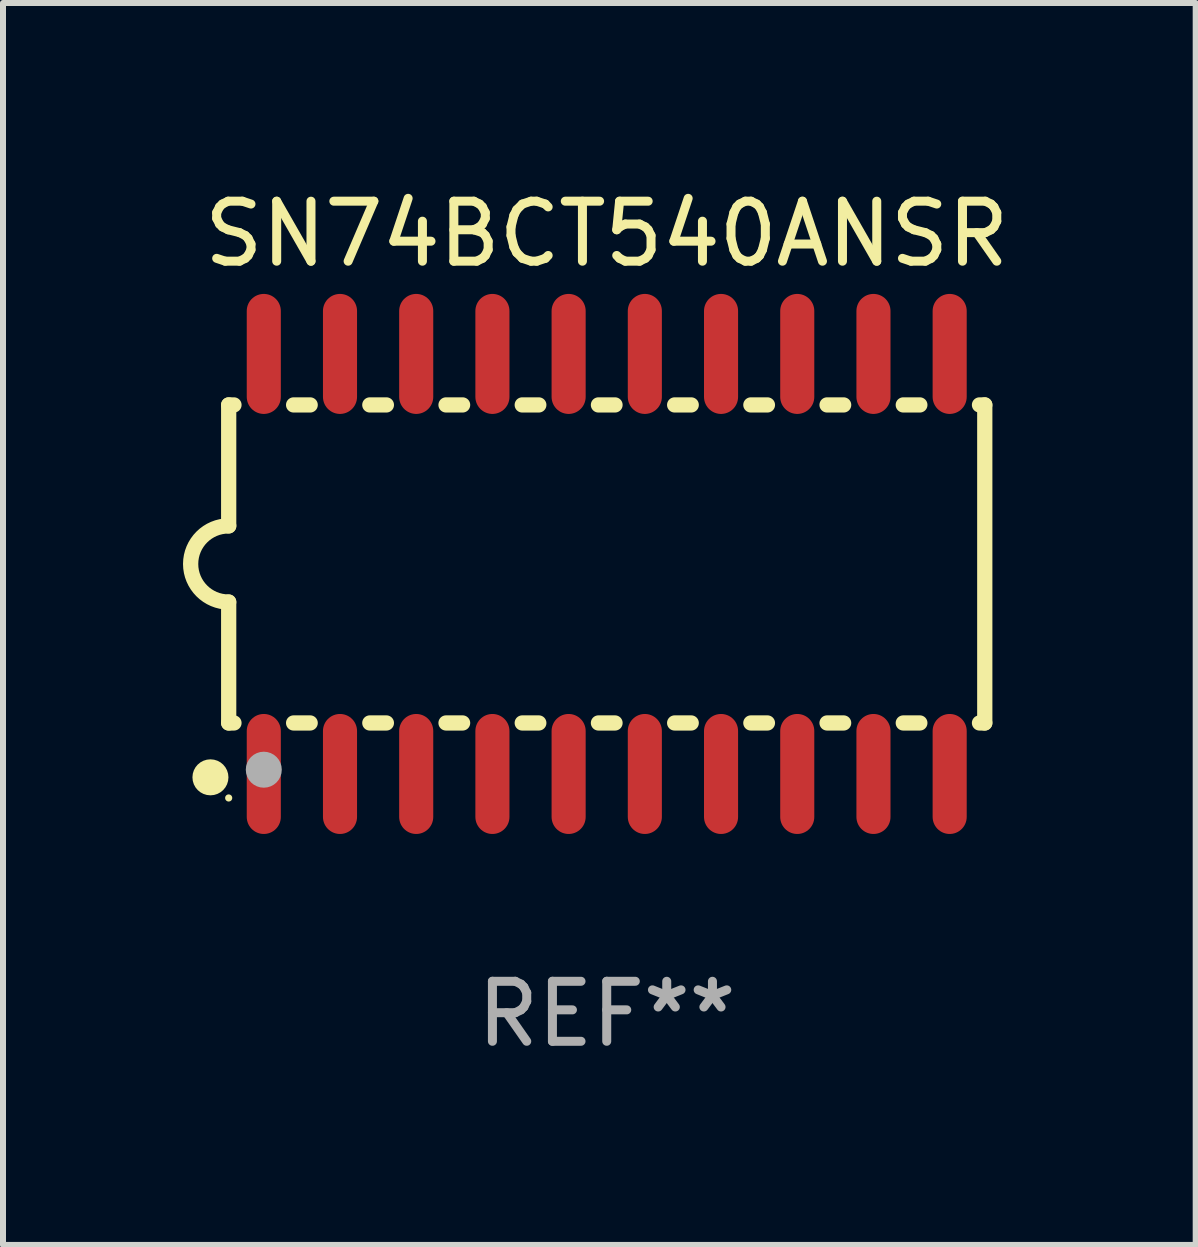
<source format=kicad_pcb>
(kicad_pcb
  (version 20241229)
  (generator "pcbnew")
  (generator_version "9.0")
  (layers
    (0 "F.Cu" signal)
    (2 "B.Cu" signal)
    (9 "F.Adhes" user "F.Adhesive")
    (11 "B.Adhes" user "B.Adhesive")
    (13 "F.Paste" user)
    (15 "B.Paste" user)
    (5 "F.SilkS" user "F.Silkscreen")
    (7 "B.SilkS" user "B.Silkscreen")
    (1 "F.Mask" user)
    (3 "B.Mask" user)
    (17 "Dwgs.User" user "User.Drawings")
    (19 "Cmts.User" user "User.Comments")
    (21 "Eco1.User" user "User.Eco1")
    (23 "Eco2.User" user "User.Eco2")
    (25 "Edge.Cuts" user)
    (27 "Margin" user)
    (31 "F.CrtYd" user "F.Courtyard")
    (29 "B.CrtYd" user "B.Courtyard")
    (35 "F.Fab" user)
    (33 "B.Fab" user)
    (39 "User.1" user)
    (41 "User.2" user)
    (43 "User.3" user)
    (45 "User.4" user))
  (footprint "SN74BCT540ANSR"
    (layer "F.Cu")
    (at 7.061 6.348)
    (property "Reference" "SN74BCT540ANSR" (at 0 -5.5 0) (layer "F.SilkS") (effects (font (size 1 1) (thickness 0.15))))
    (attr through_hole)
    (fp_line (start -6.3 -2.65) (end -6.3 -0.635) (stroke (width 0.254) (type solid)) (layer "F.SilkS"))
    (fp_line (start -6.3 -2.65) (end -6.212 -2.65) (stroke (width 0.254) (type solid)) (layer "F.SilkS"))
    (fp_line (start -6.3 2.65) (end -6.3 0.635) (stroke (width 0.254) (type solid)) (layer "F.SilkS"))
    (fp_line (start -6.3 2.65) (end -6.212 2.65) (stroke (width 0.254) (type solid)) (layer "F.SilkS"))
    (fp_line (start -5.218 -2.65) (end -4.942 -2.65) (stroke (width 0.254) (type solid)) (layer "F.SilkS"))
    (fp_line (start -5.218 2.65) (end -4.942 2.65) (stroke (width 0.254) (type solid)) (layer "F.SilkS"))
    (fp_line (start -3.948 -2.65) (end -3.672 -2.65) (stroke (width 0.254) (type solid)) (layer "F.SilkS"))
    (fp_line (start -3.948 2.65) (end -3.672 2.65) (stroke (width 0.254) (type solid)) (layer "F.SilkS"))
    (fp_line (start -2.678 -2.65) (end -2.402 -2.65) (stroke (width 0.254) (type solid)) (layer "F.SilkS"))
    (fp_line (start -2.678 2.65) (end -2.402 2.65) (stroke (width 0.254) (type solid)) (layer "F.SilkS"))
    (fp_line (start -1.408 -2.65) (end -1.132 -2.65) (stroke (width 0.254) (type solid)) (layer "F.SilkS"))
    (fp_line (start -1.408 2.65) (end -1.132 2.65) (stroke (width 0.254) (type solid)) (layer "F.SilkS"))
    (fp_line (start -0.138 -2.65) (end 0.138 -2.65) (stroke (width 0.254) (type solid)) (layer "F.SilkS"))
    (fp_line (start -0.138 2.65) (end 0.138 2.65) (stroke (width 0.254) (type solid)) (layer "F.SilkS"))
    (fp_line (start 1.132 -2.65) (end 1.408 -2.65) (stroke (width 0.254) (type solid)) (layer "F.SilkS"))
    (fp_line (start 1.132 2.65) (end 1.408 2.65) (stroke (width 0.254) (type solid)) (layer "F.SilkS"))
    (fp_line (start 2.402 -2.65) (end 2.678 -2.65) (stroke (width 0.254) (type solid)) (layer "F.SilkS"))
    (fp_line (start 2.402 2.65) (end 2.678 2.65) (stroke (width 0.254) (type solid)) (layer "F.SilkS"))
    (fp_line (start 3.672 -2.65) (end 3.948 -2.65) (stroke (width 0.254) (type solid)) (layer "F.SilkS"))
    (fp_line (start 3.672 2.65) (end 3.948 2.65) (stroke (width 0.254) (type solid)) (layer "F.SilkS"))
    (fp_line (start 4.942 -2.65) (end 5.218 -2.65) (stroke (width 0.254) (type solid)) (layer "F.SilkS"))
    (fp_line (start 4.942 2.65) (end 5.218 2.65) (stroke (width 0.254) (type solid)) (layer "F.SilkS"))
    (fp_line (start 6.212 -2.65) (end 6.3 -2.65) (stroke (width 0.254) (type solid)) (layer "F.SilkS"))
    (fp_line (start 6.212 2.65) (end 6.3 2.65) (stroke (width 0.254) (type solid)) (layer "F.SilkS"))
    (fp_line (start 6.3 -2.65) (end 6.3 2.65) (stroke (width 0.254) (type solid)) (layer "F.SilkS"))
    (fp_arc (start -6.299975 0.634874) (mid -6.933579 0.000127) (end -6.299213 -0.633858) (stroke (width 0.254001) (type solid)) (layer "F.SilkS"))
    (fp_circle (center -6.604 3.556) (end -6.454 3.556) (stroke (width 0.3) (type solid)) (fill no) (layer "F.SilkS"))
    (fp_circle (center -6.3 3.9) (end -6.27 3.9) (stroke (width 0.06) (type solid)) (fill no) (layer "F.SilkS"))
    (fp_circle (center -5.715 3.429) (end -5.565 3.429) (stroke (width 0.3) (type solid)) (fill no) (layer "F.Fab"))
    (fp_text user "REF**" (at 0 7.5 0) (layer "F.Fab") (effects (font (size 1 1) (thickness 0.15))))
    (pad "1" smd oval (at -5.715 3.5) (size 0.568 2) (layers "F.Cu" "F.Mask" "F.Paste"))
    (pad "2" smd oval (at -4.445 3.5) (size 0.568 2) (layers "F.Cu" "F.Mask" "F.Paste"))
    (pad "3" smd oval (at -3.175 3.5) (size 0.568 2) (layers "F.Cu" "F.Mask" "F.Paste"))
    (pad "4" smd oval (at -1.905 3.5) (size 0.568 2) (layers "F.Cu" "F.Mask" "F.Paste"))
    (pad "5" smd oval (at -0.635 3.5) (size 0.568 2) (layers "F.Cu" "F.Mask" "F.Paste"))
    (pad "6" smd oval (at 0.635 3.5) (size 0.568 2) (layers "F.Cu" "F.Mask" "F.Paste"))
    (pad "7" smd oval (at 1.905 3.5) (size 0.568 2) (layers "F.Cu" "F.Mask" "F.Paste"))
    (pad "8" smd oval (at 3.175 3.5) (size 0.568 2) (layers "F.Cu" "F.Mask" "F.Paste"))
    (pad "9" smd oval (at 4.445 3.5) (size 0.568 2) (layers "F.Cu" "F.Mask" "F.Paste"))
    (pad "10" smd oval (at 5.715 3.5) (size 0.568 2) (layers "F.Cu" "F.Mask" "F.Paste"))
    (pad "11" smd oval (at 5.715 -3.5) (size 0.568 2) (layers "F.Cu" "F.Mask" "F.Paste"))
    (pad "12" smd oval (at 4.445 -3.5) (size 0.568 2) (layers "F.Cu" "F.Mask" "F.Paste"))
    (pad "13" smd oval (at 3.175 -3.5) (size 0.568 2) (layers "F.Cu" "F.Mask" "F.Paste"))
    (pad "14" smd oval (at 1.905 -3.5) (size 0.568 2) (layers "F.Cu" "F.Mask" "F.Paste"))
    (pad "15" smd oval (at 0.635 -3.5) (size 0.568 2) (layers "F.Cu" "F.Mask" "F.Paste"))
    (pad "16" smd oval (at -0.635 -3.5) (size 0.568 2) (layers "F.Cu" "F.Mask" "F.Paste"))
    (pad "17" smd oval (at -1.905 -3.5) (size 0.568 2) (layers "F.Cu" "F.Mask" "F.Paste"))
    (pad "18" smd oval (at -3.175 -3.5) (size 0.568 2) (layers "F.Cu" "F.Mask" "F.Paste"))
    (pad "19" smd oval (at -4.445 -3.5) (size 0.568 2) (layers "F.Cu" "F.Mask" "F.Paste"))
    (pad "20" smd oval (at -5.715 -3.5) (size 0.568 2) (layers "F.Cu" "F.Mask" "F.Paste")))
  (gr_rect
    (start -3 -3)
    (end 16.876 17.697)
    (stroke (width 0.1) (type default))
    (fill no)
    (layer "Edge.Cuts")))
</source>
